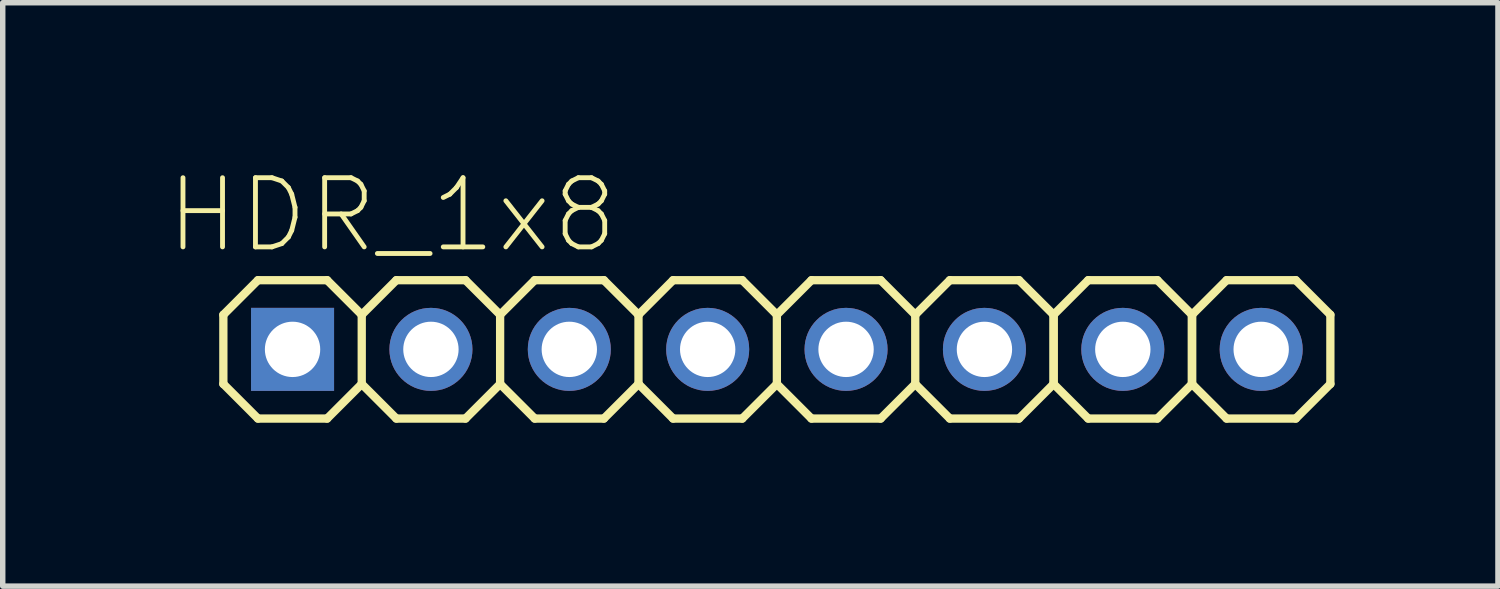
<source format=kicad_pcb>
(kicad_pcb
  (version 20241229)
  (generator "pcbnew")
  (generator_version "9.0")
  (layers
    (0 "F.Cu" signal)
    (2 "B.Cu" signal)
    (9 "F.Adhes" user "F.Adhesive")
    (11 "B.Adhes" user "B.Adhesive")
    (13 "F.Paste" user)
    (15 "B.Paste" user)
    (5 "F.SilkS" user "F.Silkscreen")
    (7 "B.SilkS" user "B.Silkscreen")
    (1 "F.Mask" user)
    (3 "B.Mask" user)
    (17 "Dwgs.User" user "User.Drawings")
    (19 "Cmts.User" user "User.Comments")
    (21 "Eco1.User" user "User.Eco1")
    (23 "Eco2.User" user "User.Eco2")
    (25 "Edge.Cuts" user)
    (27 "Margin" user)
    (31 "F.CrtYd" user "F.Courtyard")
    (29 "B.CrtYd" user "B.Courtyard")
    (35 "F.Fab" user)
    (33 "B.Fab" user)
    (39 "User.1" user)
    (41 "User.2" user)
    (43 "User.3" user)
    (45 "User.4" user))
  (footprint "HDR_1x8"
    (layer "F.Cu")
    (at 11.21 3.363)
    (property "Reference" "HDR_1x8" (at -7.061 -2.464 0) (layer "F.SilkS") (effects (font (size 1.27 1.27) (thickness 0.089))))
    (attr exclude_from_pos_files exclude_from_bom)
    (fp_line (start -10.16 -0.635) (end -10.16 0.635) (stroke (width 0.152) (type solid)) (layer "F.SilkS"))
    (fp_line (start -10.16 0.635) (end -9.525 1.27) (stroke (width 0.152) (type solid)) (layer "F.SilkS"))
    (fp_line (start -9.525 -1.27) (end -10.16 -0.635) (stroke (width 0.152) (type solid)) (layer "F.SilkS"))
    (fp_line (start -9.525 -1.27) (end -8.255 -1.27) (stroke (width 0.152) (type solid)) (layer "F.SilkS"))
    (fp_line (start -8.255 -1.27) (end -7.62 -0.635) (stroke (width 0.152) (type solid)) (layer "F.SilkS"))
    (fp_line (start -8.255 1.27) (end -9.525 1.27) (stroke (width 0.152) (type solid)) (layer "F.SilkS"))
    (fp_line (start -7.62 -0.635) (end -7.62 0.635) (stroke (width 0.152) (type solid)) (layer "F.SilkS"))
    (fp_line (start -7.62 -0.635) (end -6.985 -1.27) (stroke (width 0.152) (type solid)) (layer "F.SilkS"))
    (fp_line (start -7.62 0.635) (end -8.255 1.27) (stroke (width 0.152) (type solid)) (layer "F.SilkS"))
    (fp_line (start -6.985 -1.27) (end -5.715 -1.27) (stroke (width 0.152) (type solid)) (layer "F.SilkS"))
    (fp_line (start -6.985 1.27) (end -7.62 0.635) (stroke (width 0.152) (type solid)) (layer "F.SilkS"))
    (fp_line (start -5.715 -1.27) (end -5.08 -0.635) (stroke (width 0.152) (type solid)) (layer "F.SilkS"))
    (fp_line (start -5.715 1.27) (end -6.985 1.27) (stroke (width 0.152) (type solid)) (layer "F.SilkS"))
    (fp_line (start -5.08 -0.635) (end -5.08 0.635) (stroke (width 0.152) (type solid)) (layer "F.SilkS"))
    (fp_line (start -5.08 -0.635) (end -4.445 -1.27) (stroke (width 0.152) (type solid)) (layer "F.SilkS"))
    (fp_line (start -5.08 0.635) (end -5.715 1.27) (stroke (width 0.152) (type solid)) (layer "F.SilkS"))
    (fp_line (start -4.445 -1.27) (end -3.175 -1.27) (stroke (width 0.152) (type solid)) (layer "F.SilkS"))
    (fp_line (start -4.445 1.27) (end -5.08 0.635) (stroke (width 0.152) (type solid)) (layer "F.SilkS"))
    (fp_line (start -3.175 -1.27) (end -2.54 -0.635) (stroke (width 0.152) (type solid)) (layer "F.SilkS"))
    (fp_line (start -3.175 1.27) (end -4.445 1.27) (stroke (width 0.152) (type solid)) (layer "F.SilkS"))
    (fp_line (start -2.54 -0.635) (end -2.54 0.635) (stroke (width 0.152) (type solid)) (layer "F.SilkS"))
    (fp_line (start -2.54 0.635) (end -3.175 1.27) (stroke (width 0.152) (type solid)) (layer "F.SilkS"))
    (fp_line (start -2.54 0.635) (end -1.905 1.27) (stroke (width 0.152) (type solid)) (layer "F.SilkS"))
    (fp_line (start -1.905 -1.27) (end -2.54 -0.635) (stroke (width 0.152) (type solid)) (layer "F.SilkS"))
    (fp_line (start -1.905 -1.27) (end -0.635 -1.27) (stroke (width 0.152) (type solid)) (layer "F.SilkS"))
    (fp_line (start -0.635 -1.27) (end 0 -0.635) (stroke (width 0.152) (type solid)) (layer "F.SilkS"))
    (fp_line (start -0.635 1.27) (end -1.905 1.27) (stroke (width 0.152) (type solid)) (layer "F.SilkS"))
    (fp_line (start 0 -0.635) (end 0 0.635) (stroke (width 0.152) (type solid)) (layer "F.SilkS"))
    (fp_line (start 0 -0.635) (end 0.635 -1.27) (stroke (width 0.152) (type solid)) (layer "F.SilkS"))
    (fp_line (start 0 0.635) (end -0.635 1.27) (stroke (width 0.152) (type solid)) (layer "F.SilkS"))
    (fp_line (start 0.635 -1.27) (end 1.905 -1.27) (stroke (width 0.152) (type solid)) (layer "F.SilkS"))
    (fp_line (start 0.635 1.27) (end 0 0.635) (stroke (width 0.152) (type solid)) (layer "F.SilkS"))
    (fp_line (start 1.905 -1.27) (end 2.54 -0.635) (stroke (width 0.152) (type solid)) (layer "F.SilkS"))
    (fp_line (start 1.905 1.27) (end 0.635 1.27) (stroke (width 0.152) (type solid)) (layer "F.SilkS"))
    (fp_line (start 2.54 -0.635) (end 2.54 0.635) (stroke (width 0.152) (type solid)) (layer "F.SilkS"))
    (fp_line (start 2.54 -0.635) (end 3.175 -1.27) (stroke (width 0.152) (type solid)) (layer "F.SilkS"))
    (fp_line (start 2.54 0.635) (end 1.905 1.27) (stroke (width 0.152) (type solid)) (layer "F.SilkS"))
    (fp_line (start 3.175 -1.27) (end 4.445 -1.27) (stroke (width 0.152) (type solid)) (layer "F.SilkS"))
    (fp_line (start 3.175 1.27) (end 2.54 0.635) (stroke (width 0.152) (type solid)) (layer "F.SilkS"))
    (fp_line (start 4.445 -1.27) (end 5.08 -0.635) (stroke (width 0.152) (type solid)) (layer "F.SilkS"))
    (fp_line (start 4.445 1.27) (end 3.175 1.27) (stroke (width 0.152) (type solid)) (layer "F.SilkS"))
    (fp_line (start 5.08 -0.635) (end 5.08 0.635) (stroke (width 0.152) (type solid)) (layer "F.SilkS"))
    (fp_line (start 5.08 -0.635) (end 5.08 0.635) (stroke (width 0.152) (type solid)) (layer "F.SilkS"))
    (fp_line (start 5.08 -0.635) (end 5.715 -1.27) (stroke (width 0.152) (type solid)) (layer "F.SilkS"))
    (fp_line (start 5.08 0.635) (end 4.445 1.27) (stroke (width 0.152) (type solid)) (layer "F.SilkS"))
    (fp_line (start 5.715 -1.27) (end 6.985 -1.27) (stroke (width 0.152) (type solid)) (layer "F.SilkS"))
    (fp_line (start 5.715 1.27) (end 5.08 0.635) (stroke (width 0.152) (type solid)) (layer "F.SilkS"))
    (fp_line (start 6.985 -1.27) (end 7.62 -0.635) (stroke (width 0.152) (type solid)) (layer "F.SilkS"))
    (fp_line (start 6.985 1.27) (end 5.715 1.27) (stroke (width 0.152) (type solid)) (layer "F.SilkS"))
    (fp_line (start 7.62 -0.635) (end 7.62 0.635) (stroke (width 0.152) (type solid)) (layer "F.SilkS"))
    (fp_line (start 7.62 -0.635) (end 7.62 0.635) (stroke (width 0.152) (type solid)) (layer "F.SilkS"))
    (fp_line (start 7.62 -0.635) (end 7.62 0.635) (stroke (width 0.152) (type solid)) (layer "F.SilkS"))
    (fp_line (start 7.62 -0.635) (end 8.255 -1.27) (stroke (width 0.152) (type solid)) (layer "F.SilkS"))
    (fp_line (start 7.62 0.635) (end 6.985 1.27) (stroke (width 0.152) (type solid)) (layer "F.SilkS"))
    (fp_line (start 8.255 -1.27) (end 9.525 -1.27) (stroke (width 0.152) (type solid)) (layer "F.SilkS"))
    (fp_line (start 8.255 1.27) (end 7.62 0.635) (stroke (width 0.152) (type solid)) (layer "F.SilkS"))
    (fp_line (start 9.525 -1.27) (end 10.16 -0.635) (stroke (width 0.152) (type solid)) (layer "F.SilkS"))
    (fp_line (start 9.525 1.27) (end 8.255 1.27) (stroke (width 0.152) (type solid)) (layer "F.SilkS"))
    (fp_line (start 10.16 -0.635) (end 10.16 0.635) (stroke (width 0.152) (type solid)) (layer "F.SilkS"))
    (fp_line (start 10.16 0.635) (end 9.525 1.27) (stroke (width 0.152) (type solid)) (layer "F.SilkS"))
    (fp_line (start -9.144 -0.254) (end -8.636 -0.254) (stroke (width 0.066) (type solid)) (layer "F.Fab"))
    (fp_line (start -9.144 0.254) (end -9.144 -0.254) (stroke (width 0.066) (type solid)) (layer "F.Fab"))
    (fp_line (start -9.144 0.254) (end -8.636 0.254) (stroke (width 0.066) (type solid)) (layer "F.Fab"))
    (fp_line (start -8.636 0.254) (end -8.636 -0.254) (stroke (width 0.066) (type solid)) (layer "F.Fab"))
    (fp_line (start -6.604 -0.254) (end -6.096 -0.254) (stroke (width 0.066) (type solid)) (layer "F.Fab"))
    (fp_line (start -6.604 0.254) (end -6.604 -0.254) (stroke (width 0.066) (type solid)) (layer "F.Fab"))
    (fp_line (start -6.604 0.254) (end -6.096 0.254) (stroke (width 0.066) (type solid)) (layer "F.Fab"))
    (fp_line (start -6.096 0.254) (end -6.096 -0.254) (stroke (width 0.066) (type solid)) (layer "F.Fab"))
    (fp_line (start -4.064 -0.254) (end -3.556 -0.254) (stroke (width 0.066) (type solid)) (layer "F.Fab"))
    (fp_line (start -4.064 0.254) (end -4.064 -0.254) (stroke (width 0.066) (type solid)) (layer "F.Fab"))
    (fp_line (start -4.064 0.254) (end -3.556 0.254) (stroke (width 0.066) (type solid)) (layer "F.Fab"))
    (fp_line (start -3.556 0.254) (end -3.556 -0.254) (stroke (width 0.066) (type solid)) (layer "F.Fab"))
    (fp_line (start -1.524 -0.254) (end -1.016 -0.254) (stroke (width 0.066) (type solid)) (layer "F.Fab"))
    (fp_line (start -1.524 0.254) (end -1.524 -0.254) (stroke (width 0.066) (type solid)) (layer "F.Fab"))
    (fp_line (start -1.524 0.254) (end -1.016 0.254) (stroke (width 0.066) (type solid)) (layer "F.Fab"))
    (fp_line (start -1.016 0.254) (end -1.016 -0.254) (stroke (width 0.066) (type solid)) (layer "F.Fab"))
    (fp_line (start 1.016 -0.254) (end 1.524 -0.254) (stroke (width 0.066) (type solid)) (layer "F.Fab"))
    (fp_line (start 1.016 0.254) (end 1.016 -0.254) (stroke (width 0.066) (type solid)) (layer "F.Fab"))
    (fp_line (start 1.016 0.254) (end 1.524 0.254) (stroke (width 0.066) (type solid)) (layer "F.Fab"))
    (fp_line (start 1.524 0.254) (end 1.524 -0.254) (stroke (width 0.066) (type solid)) (layer "F.Fab"))
    (fp_line (start 3.556 -0.254) (end 4.064 -0.254) (stroke (width 0.066) (type solid)) (layer "F.Fab"))
    (fp_line (start 3.556 0.254) (end 3.556 -0.254) (stroke (width 0.066) (type solid)) (layer "F.Fab"))
    (fp_line (start 3.556 0.254) (end 4.064 0.254) (stroke (width 0.066) (type solid)) (layer "F.Fab"))
    (fp_line (start 4.064 0.254) (end 4.064 -0.254) (stroke (width 0.066) (type solid)) (layer "F.Fab"))
    (fp_line (start 6.096 -0.254) (end 6.604 -0.254) (stroke (width 0.066) (type solid)) (layer "F.Fab"))
    (fp_line (start 6.096 0.254) (end 6.096 -0.254) (stroke (width 0.066) (type solid)) (layer "F.Fab"))
    (fp_line (start 6.096 0.254) (end 6.604 0.254) (stroke (width 0.066) (type solid)) (layer "F.Fab"))
    (fp_line (start 6.604 0.254) (end 6.604 -0.254) (stroke (width 0.066) (type solid)) (layer "F.Fab"))
    (fp_line (start 8.636 -0.254) (end 9.144 -0.254) (stroke (width 0.066) (type solid)) (layer "F.Fab"))
    (fp_line (start 8.636 0.254) (end 8.636 -0.254) (stroke (width 0.066) (type solid)) (layer "F.Fab"))
    (fp_line (start 8.636 0.254) (end 9.144 0.254) (stroke (width 0.066) (type solid)) (layer "F.Fab"))
    (fp_line (start 9.144 0.254) (end 9.144 -0.254) (stroke (width 0.066) (type solid)) (layer "F.Fab"))
    (pad "1" thru_hole rect (at -8.89 0) (size 1.524 1.524) (drill 1.016) (layers "*.Cu" "*.Mask"))
    (pad "2" thru_hole circle (at -6.35 0) (size 1.524 1.524) (drill 1.016) (layers "*.Cu" "*.Mask"))
    (pad "3" thru_hole circle (at -3.81 0) (size 1.524 1.524) (drill 1.016) (layers "*.Cu" "*.Mask"))
    (pad "4" thru_hole circle (at -1.27 0) (size 1.524 1.524) (drill 1.016) (layers "*.Cu" "*.Mask"))
    (pad "5" thru_hole circle (at 1.27 0) (size 1.524 1.524) (drill 1.016) (layers "*.Cu" "*.Mask"))
    (pad "6" thru_hole circle (at 3.81 0) (size 1.524 1.524) (drill 1.016) (layers "*.Cu" "*.Mask"))
    (pad "7" thru_hole circle (at 6.35 0) (size 1.524 1.524) (drill 1.016) (layers "*.Cu" "*.Mask"))
    (pad "8" thru_hole circle (at 8.89 0) (size 1.524 1.524) (drill 1.016) (layers "*.Cu" "*.Mask")))
  (gr_rect
    (start -3 -3)
    (end 24.446 7.709)
    (stroke (width 0.1) (type default))
    (fill no)
    (layer "Edge.Cuts")))
</source>
